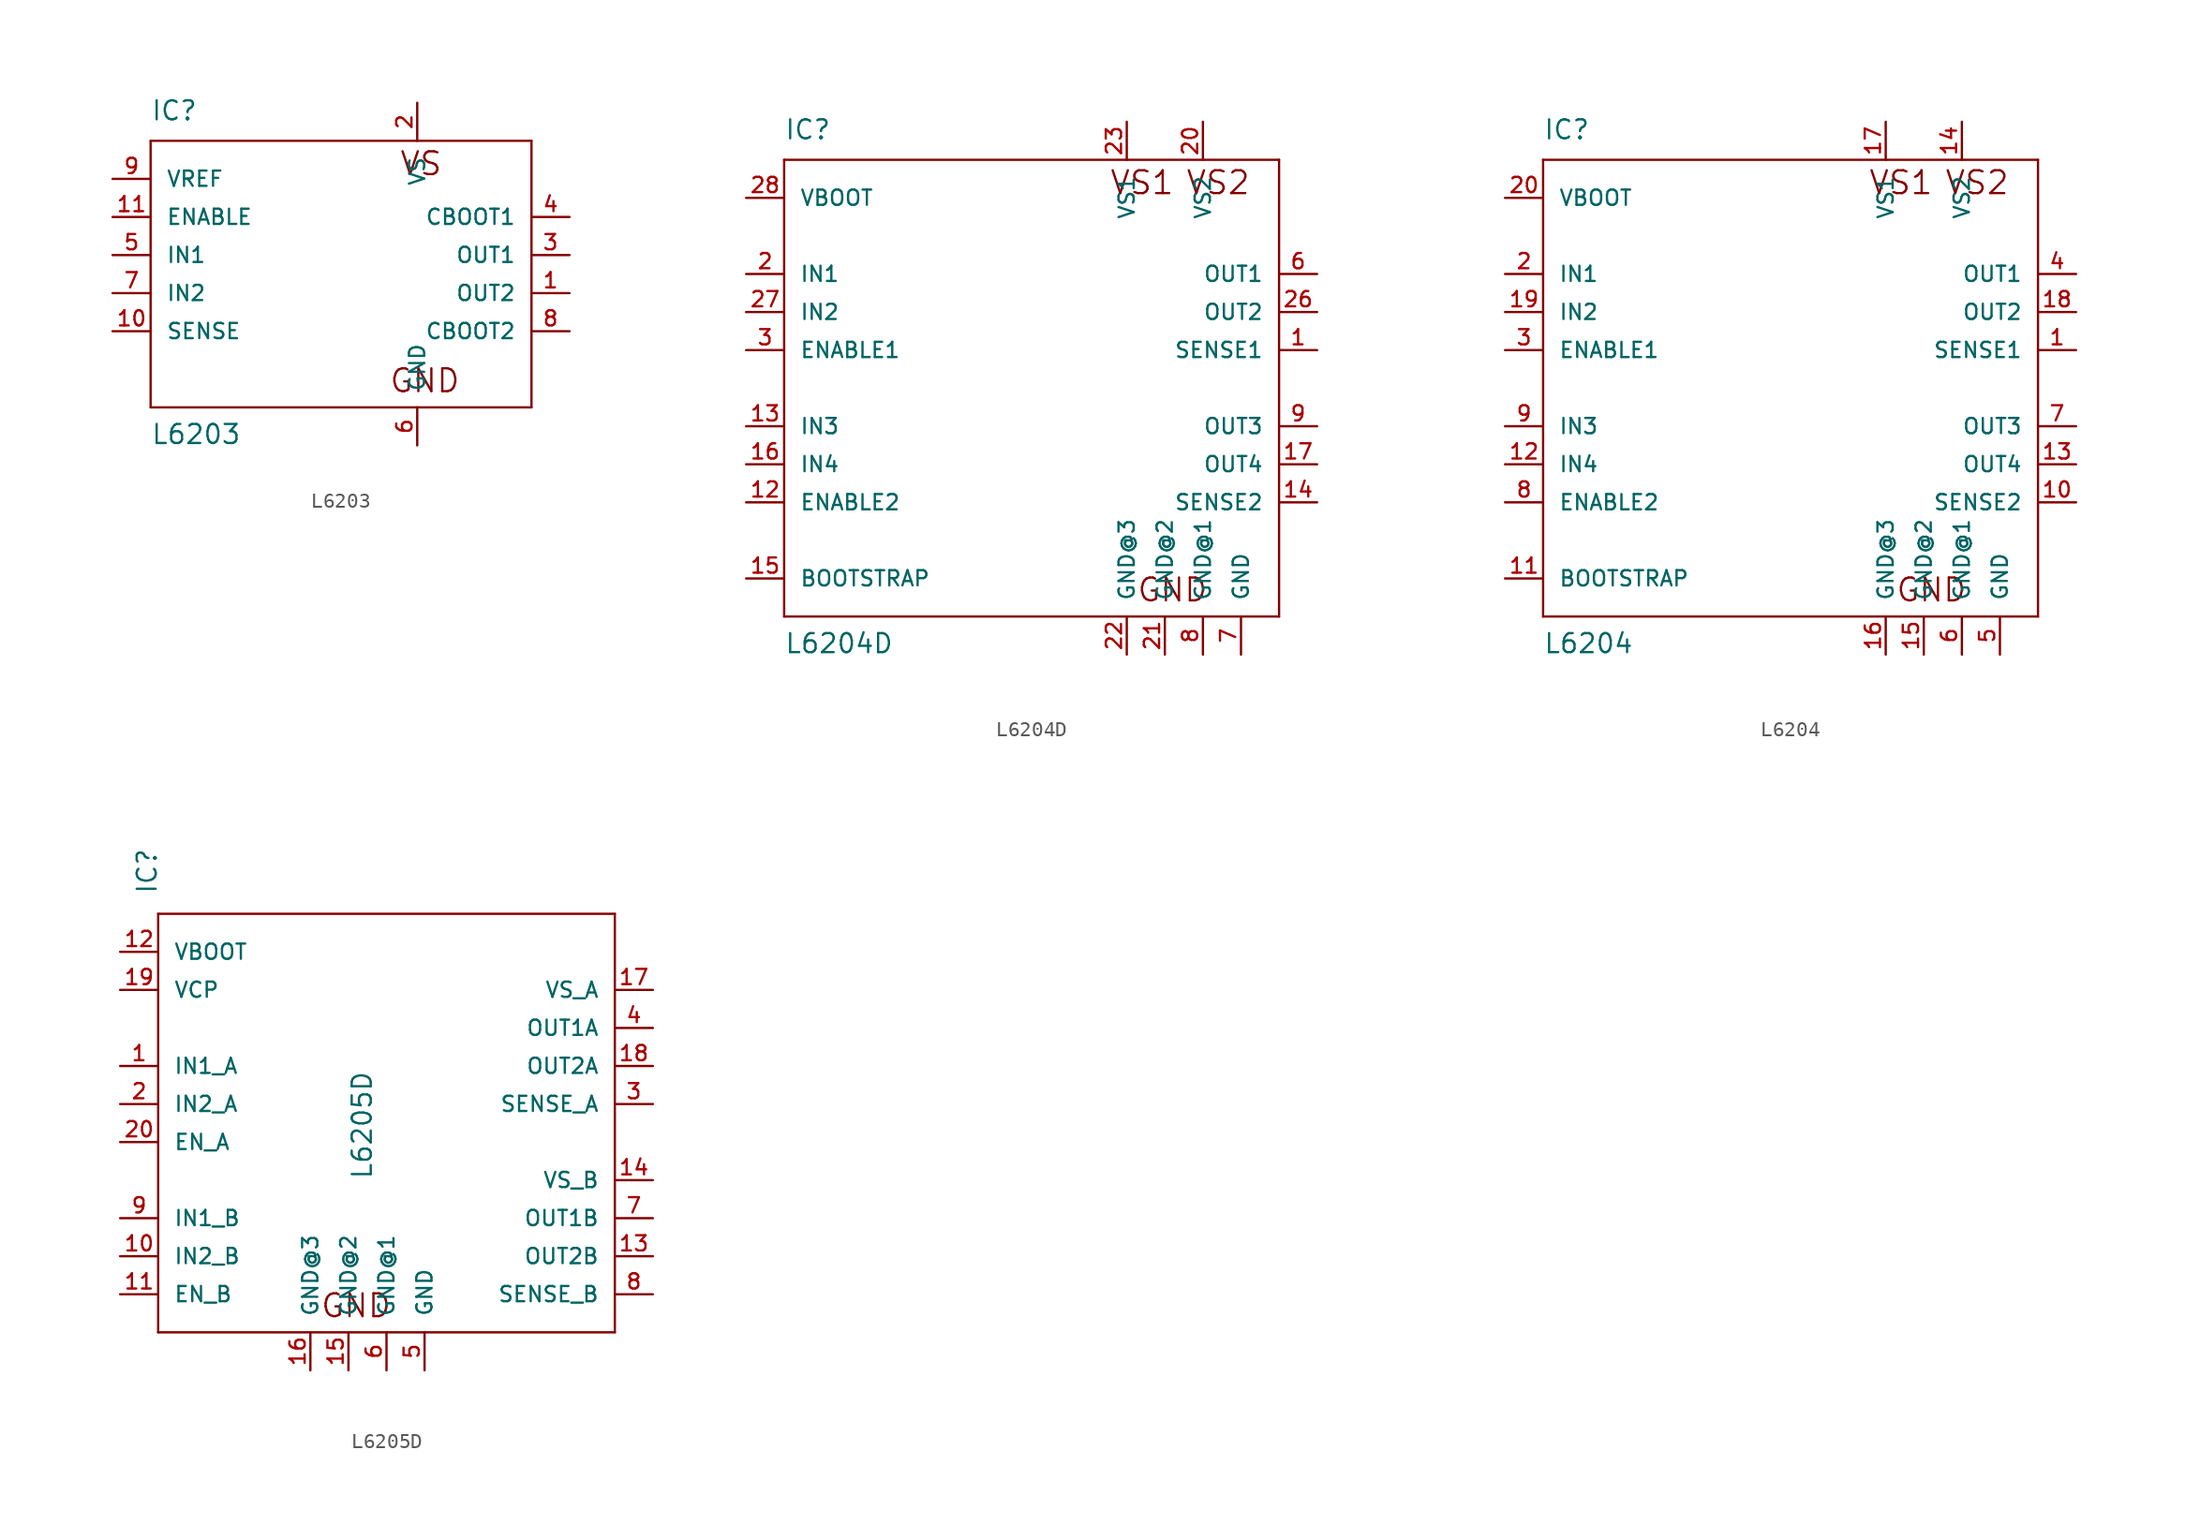
<source format=kicad_sym>
(kicad_symbol_lib
  (version 20211014)
  (generator kicad_symbol_editor)
  (symbol "L6203"
    (pin_names
      (offset 1.016))
    (property "Reference" "IC"
      (at -12.7 8.89 0)
      (effects (font (size 1.27 1.27)) (justify left bottom)))
    (property "Value" "L6203"
      (at -12.7 -12.7 0)
      (effects (font (size 1.27 1.27)) (justify left bottom)))
    (property "ki_locked" ""
      (at 0 0 0)
      (effects (font (size 1.27 1.27))))
    (symbol "L6203_1_0"
      (polyline (pts (xy -12.7 -10.16) (xy -12.7 7.62)) (stroke (width 0) (type default) (color 0 0 0 0)) (fill (type none)))
      (polyline (pts (xy -12.7 7.62) (xy 12.7 7.62)) (stroke (width 0) (type default) (color 0 0 0 0)) (fill (type none)))
      (polyline (pts (xy 12.7 -10.16) (xy -12.7 -10.16)) (stroke (width 0) (type default) (color 0 0 0 0)) (fill (type none)))
      (polyline (pts (xy 12.7 7.62) (xy 12.7 -10.16)) (stroke (width 0) (type default) (color 0 0 0 0)) (fill (type none)))
      (text "GND" (at 5.588 -8.382 0) (effects (font (size 1.524 1.524))))
      (text "VS" (at 5.334 6.096 0) (effects (font (size 1.524 1.524)))))
    (symbol "L6203_1_1"
      (pin output line (at 15.24 -2.54 180) (length 2.54) (name "OUT2" (effects (font (size 1.016 1.016)))) (number "1" (effects (font (size 1.016 1.016)))))
      (pin input line (at -15.24 -5.08 0) (length 2.54) (name "SENSE" (effects (font (size 1.016 1.016)))) (number "10" (effects (font (size 1.016 1.016)))))
      (pin input line (at -15.24 2.54 0) (length 2.54) (name "ENABLE" (effects (font (size 1.016 1.016)))) (number "11" (effects (font (size 1.016 1.016)))))
      (pin power_in line (at 5.08 10.16 270) (length 2.54) (name "VS" (effects (font (size 1.016 1.016)))) (number "2" (effects (font (size 1.016 1.016)))))
      (pin output line (at 15.24 0 180) (length 2.54) (name "OUT1" (effects (font (size 1.016 1.016)))) (number "3" (effects (font (size 1.016 1.016)))))
      (pin input line (at 15.24 2.54 180) (length 2.54) (name "CBOOT1" (effects (font (size 1.016 1.016)))) (number "4" (effects (font (size 1.016 1.016)))))
      (pin input line (at -15.24 0 0) (length 2.54) (name "IN1" (effects (font (size 1.016 1.016)))) (number "5" (effects (font (size 1.016 1.016)))))
      (pin power_in line (at 5.08 -12.7 90) (length 2.54) (name "GND" (effects (font (size 1.016 1.016)))) (number "6" (effects (font (size 1.016 1.016)))))
      (pin input line (at -15.24 -2.54 0) (length 2.54) (name "IN2" (effects (font (size 1.016 1.016)))) (number "7" (effects (font (size 1.016 1.016)))))
      (pin input line (at 15.24 -5.08 180) (length 2.54) (name "CBOOT2" (effects (font (size 1.016 1.016)))) (number "8" (effects (font (size 1.016 1.016)))))
      (pin input line (at -15.24 5.08 0) (length 2.54) (name "VREF" (effects (font (size 1.016 1.016)))) (number "9" (effects (font (size 1.016 1.016)))))))
  (symbol "L6204D"
    (pin_names
      (offset 1.016))
    (property "Reference" "IC"
      (at -15.24 16.51 0)
      (effects (font (size 1.27 1.27)) (justify left bottom)))
    (property "Value" "L6204D"
      (at -15.24 -17.78 0)
      (effects (font (size 1.27 1.27)) (justify left bottom)))
    (property "ki_locked" ""
      (at 0 0 0)
      (effects (font (size 1.27 1.27))))
    (symbol "L6204D_1_0"
      (polyline (pts (xy -15.24 -15.24) (xy -15.24 15.24)) (stroke (width 0) (type default) (color 0 0 0 0)) (fill (type none)))
      (polyline (pts (xy -15.24 15.24) (xy 17.78 15.24)) (stroke (width 0) (type default) (color 0 0 0 0)) (fill (type none)))
      (polyline (pts (xy 17.78 -15.24) (xy -15.24 -15.24)) (stroke (width 0) (type default) (color 0 0 0 0)) (fill (type none)))
      (polyline (pts (xy 17.78 15.24) (xy 17.78 -15.24)) (stroke (width 0) (type default) (color 0 0 0 0)) (fill (type none)))
      (text "GND" (at 10.668 -13.462 0) (effects (font (size 1.524 1.524))))
      (text "VS1" (at 8.636 13.716 0) (effects (font (size 1.524 1.524))))
      (text "VS2" (at 13.716 13.716 0) (effects (font (size 1.524 1.524)))))
    (symbol "L6204D_1_1"
      (pin input line (at 20.32 2.54 180) (length 2.54) (name "SENSE1" (effects (font (size 1.016 1.016)))) (number "1" (effects (font (size 1.016 1.016)))))
      (pin input line (at -17.78 -7.62 0) (length 2.54) (name "ENABLE2" (effects (font (size 1.016 1.016)))) (number "12" (effects (font (size 1.016 1.016)))))
      (pin input line (at -17.78 -2.54 0) (length 2.54) (name "IN3" (effects (font (size 1.016 1.016)))) (number "13" (effects (font (size 1.016 1.016)))))
      (pin input line (at 20.32 -7.62 180) (length 2.54) (name "SENSE2" (effects (font (size 1.016 1.016)))) (number "14" (effects (font (size 1.016 1.016)))))
      (pin input line (at -17.78 -12.7 0) (length 2.54) (name "BOOTSTRAP" (effects (font (size 1.016 1.016)))) (number "15" (effects (font (size 1.016 1.016)))))
      (pin input line (at -17.78 -5.08 0) (length 2.54) (name "IN4" (effects (font (size 1.016 1.016)))) (number "16" (effects (font (size 1.016 1.016)))))
      (pin output line (at 20.32 -5.08 180) (length 2.54) (name "OUT4" (effects (font (size 1.016 1.016)))) (number "17" (effects (font (size 1.016 1.016)))))
      (pin input line (at -17.78 7.62 0) (length 2.54) (name "IN1" (effects (font (size 1.016 1.016)))) (number "2" (effects (font (size 1.016 1.016)))))
      (pin power_in line (at 12.7 17.78 270) (length 2.54) (name "VS2" (effects (font (size 1.016 1.016)))) (number "20" (effects (font (size 1.016 1.016)))))
      (pin power_in line (at 10.16 -17.78 90) (length 2.54) (name "GND@2" (effects (font (size 1.016 1.016)))) (number "21" (effects (font (size 1.016 1.016)))))
      (pin power_in line (at 7.62 -17.78 90) (length 2.54) (name "GND@3" (effects (font (size 1.016 1.016)))) (number "22" (effects (font (size 1.016 1.016)))))
      (pin power_in line (at 7.62 17.78 270) (length 2.54) (name "VS1" (effects (font (size 1.016 1.016)))) (number "23" (effects (font (size 1.016 1.016)))))
      (pin output line (at 20.32 5.08 180) (length 2.54) (name "OUT2" (effects (font (size 1.016 1.016)))) (number "26" (effects (font (size 1.016 1.016)))))
      (pin input line (at -17.78 5.08 0) (length 2.54) (name "IN2" (effects (font (size 1.016 1.016)))) (number "27" (effects (font (size 1.016 1.016)))))
      (pin input line (at -17.78 12.7 0) (length 2.54) (name "VBOOT" (effects (font (size 1.016 1.016)))) (number "28" (effects (font (size 1.016 1.016)))))
      (pin input line (at -17.78 2.54 0) (length 2.54) (name "ENABLE1" (effects (font (size 1.016 1.016)))) (number "3" (effects (font (size 1.016 1.016)))))
      (pin output line (at 20.32 7.62 180) (length 2.54) (name "OUT1" (effects (font (size 1.016 1.016)))) (number "6" (effects (font (size 1.016 1.016)))))
      (pin power_in line (at 15.24 -17.78 90) (length 2.54) (name "GND" (effects (font (size 1.016 1.016)))) (number "7" (effects (font (size 1.016 1.016)))))
      (pin power_in line (at 12.7 -17.78 90) (length 2.54) (name "GND@1" (effects (font (size 1.016 1.016)))) (number "8" (effects (font (size 1.016 1.016)))))
      (pin output line (at 20.32 -2.54 180) (length 2.54) (name "OUT3" (effects (font (size 1.016 1.016)))) (number "9" (effects (font (size 1.016 1.016)))))))
  (symbol "L6204"
    (pin_names
      (offset 1.016))
    (property "Reference" "IC"
      (at -15.24 16.51 0)
      (effects (font (size 1.27 1.27)) (justify left bottom)))
    (property "Value" "L6204"
      (at -15.24 -17.78 0)
      (effects (font (size 1.27 1.27)) (justify left bottom)))
    (property "ki_locked" ""
      (at 0 0 0)
      (effects (font (size 1.27 1.27))))
    (symbol "L6204_1_0"
      (polyline (pts (xy -15.24 -15.24) (xy -15.24 15.24)) (stroke (width 0) (type default) (color 0 0 0 0)) (fill (type none)))
      (polyline (pts (xy -15.24 15.24) (xy 17.78 15.24)) (stroke (width 0) (type default) (color 0 0 0 0)) (fill (type none)))
      (polyline (pts (xy 17.78 -15.24) (xy -15.24 -15.24)) (stroke (width 0) (type default) (color 0 0 0 0)) (fill (type none)))
      (polyline (pts (xy 17.78 15.24) (xy 17.78 -15.24)) (stroke (width 0) (type default) (color 0 0 0 0)) (fill (type none)))
      (text "GND" (at 10.668 -13.462 0) (effects (font (size 1.524 1.524))))
      (text "VS1" (at 8.636 13.716 0) (effects (font (size 1.524 1.524))))
      (text "VS2" (at 13.716 13.716 0) (effects (font (size 1.524 1.524)))))
    (symbol "L6204_1_1"
      (pin input line (at 20.32 2.54 180) (length 2.54) (name "SENSE1" (effects (font (size 1.016 1.016)))) (number "1" (effects (font (size 1.016 1.016)))))
      (pin input line (at 20.32 -7.62 180) (length 2.54) (name "SENSE2" (effects (font (size 1.016 1.016)))) (number "10" (effects (font (size 1.016 1.016)))))
      (pin input line (at -17.78 -12.7 0) (length 2.54) (name "BOOTSTRAP" (effects (font (size 1.016 1.016)))) (number "11" (effects (font (size 1.016 1.016)))))
      (pin input line (at -17.78 -5.08 0) (length 2.54) (name "IN4" (effects (font (size 1.016 1.016)))) (number "12" (effects (font (size 1.016 1.016)))))
      (pin output line (at 20.32 -5.08 180) (length 2.54) (name "OUT4" (effects (font (size 1.016 1.016)))) (number "13" (effects (font (size 1.016 1.016)))))
      (pin power_in line (at 12.7 17.78 270) (length 2.54) (name "VS2" (effects (font (size 1.016 1.016)))) (number "14" (effects (font (size 1.016 1.016)))))
      (pin power_in line (at 10.16 -17.78 90) (length 2.54) (name "GND@2" (effects (font (size 1.016 1.016)))) (number "15" (effects (font (size 1.016 1.016)))))
      (pin power_in line (at 7.62 -17.78 90) (length 2.54) (name "GND@3" (effects (font (size 1.016 1.016)))) (number "16" (effects (font (size 1.016 1.016)))))
      (pin power_in line (at 7.62 17.78 270) (length 2.54) (name "VS1" (effects (font (size 1.016 1.016)))) (number "17" (effects (font (size 1.016 1.016)))))
      (pin output line (at 20.32 5.08 180) (length 2.54) (name "OUT2" (effects (font (size 1.016 1.016)))) (number "18" (effects (font (size 1.016 1.016)))))
      (pin input line (at -17.78 5.08 0) (length 2.54) (name "IN2" (effects (font (size 1.016 1.016)))) (number "19" (effects (font (size 1.016 1.016)))))
      (pin input line (at -17.78 7.62 0) (length 2.54) (name "IN1" (effects (font (size 1.016 1.016)))) (number "2" (effects (font (size 1.016 1.016)))))
      (pin input line (at -17.78 12.7 0) (length 2.54) (name "VBOOT" (effects (font (size 1.016 1.016)))) (number "20" (effects (font (size 1.016 1.016)))))
      (pin input line (at -17.78 2.54 0) (length 2.54) (name "ENABLE1" (effects (font (size 1.016 1.016)))) (number "3" (effects (font (size 1.016 1.016)))))
      (pin output line (at 20.32 7.62 180) (length 2.54) (name "OUT1" (effects (font (size 1.016 1.016)))) (number "4" (effects (font (size 1.016 1.016)))))
      (pin power_in line (at 15.24 -17.78 90) (length 2.54) (name "GND" (effects (font (size 1.016 1.016)))) (number "5" (effects (font (size 1.016 1.016)))))
      (pin power_in line (at 12.7 -17.78 90) (length 2.54) (name "GND@1" (effects (font (size 1.016 1.016)))) (number "6" (effects (font (size 1.016 1.016)))))
      (pin output line (at 20.32 -2.54 180) (length 2.54) (name "OUT3" (effects (font (size 1.016 1.016)))) (number "7" (effects (font (size 1.016 1.016)))))
      (pin input line (at -17.78 -7.62 0) (length 2.54) (name "ENABLE2" (effects (font (size 1.016 1.016)))) (number "8" (effects (font (size 1.016 1.016)))))
      (pin input line (at -17.78 -2.54 0) (length 2.54) (name "IN3" (effects (font (size 1.016 1.016)))) (number "9" (effects (font (size 1.016 1.016)))))))
  (symbol "L6205D"
    (pin_names
      (offset 1.016))
    (property "Reference" "IC"
      (at -15.24 13.97 90)
      (effects (font (size 1.27 1.27)) (justify left bottom)))
    (property "Value" "L6205D"
      (at -0.889 -5.08 90)
      (effects (font (size 1.27 1.27)) (justify left bottom)))
    (property "ki_locked" ""
      (at 0 0 0)
      (effects (font (size 1.27 1.27))))
    (symbol "L6205D_1_0"
      (polyline (pts (xy -15.24 -15.24) (xy -15.24 12.7)) (stroke (width 0) (type default) (color 0 0 0 0)) (fill (type none)))
      (polyline (pts (xy -15.24 12.7) (xy 15.24 12.7)) (stroke (width 0) (type default) (color 0 0 0 0)) (fill (type none)))
      (polyline (pts (xy 15.24 -15.24) (xy -15.24 -15.24)) (stroke (width 0) (type default) (color 0 0 0 0)) (fill (type none)))
      (polyline (pts (xy 15.24 12.7) (xy 15.24 -15.24)) (stroke (width 0) (type default) (color 0 0 0 0)) (fill (type none)))
      (text "GND" (at -2.032 -13.462 0) (effects (font (size 1.524 1.524)))))
    (symbol "L6205D_1_1"
      (pin input line (at -17.78 2.54 0) (length 2.54) (name "IN1_A" (effects (font (size 1.016 1.016)))) (number "1" (effects (font (size 1.016 1.016)))))
      (pin input line (at -17.78 -10.16 0) (length 2.54) (name "IN2_B" (effects (font (size 1.016 1.016)))) (number "10" (effects (font (size 1.016 1.016)))))
      (pin input line (at -17.78 -12.7 0) (length 2.54) (name "EN_B" (effects (font (size 1.016 1.016)))) (number "11" (effects (font (size 1.016 1.016)))))
      (pin power_in line (at -17.78 10.16 0) (length 2.54) (name "VBOOT" (effects (font (size 1.016 1.016)))) (number "12" (effects (font (size 1.016 1.016)))))
      (pin output line (at 17.78 -10.16 180) (length 2.54) (name "OUT2B" (effects (font (size 1.016 1.016)))) (number "13" (effects (font (size 1.016 1.016)))))
      (pin power_in line (at 17.78 -5.08 180) (length 2.54) (name "VS_B" (effects (font (size 1.016 1.016)))) (number "14" (effects (font (size 1.016 1.016)))))
      (pin power_in line (at -2.54 -17.78 90) (length 2.54) (name "GND@2" (effects (font (size 1.016 1.016)))) (number "15" (effects (font (size 1.016 1.016)))))
      (pin power_in line (at -5.08 -17.78 90) (length 2.54) (name "GND@3" (effects (font (size 1.016 1.016)))) (number "16" (effects (font (size 1.016 1.016)))))
      (pin power_in line (at 17.78 7.62 180) (length 2.54) (name "VS_A" (effects (font (size 1.016 1.016)))) (number "17" (effects (font (size 1.016 1.016)))))
      (pin output line (at 17.78 2.54 180) (length 2.54) (name "OUT2A" (effects (font (size 1.016 1.016)))) (number "18" (effects (font (size 1.016 1.016)))))
      (pin power_in line (at -17.78 7.62 0) (length 2.54) (name "VCP" (effects (font (size 1.016 1.016)))) (number "19" (effects (font (size 1.016 1.016)))))
      (pin input line (at -17.78 0 0) (length 2.54) (name "IN2_A" (effects (font (size 1.016 1.016)))) (number "2" (effects (font (size 1.016 1.016)))))
      (pin input line (at -17.78 -2.54 0) (length 2.54) (name "EN_A" (effects (font (size 1.016 1.016)))) (number "20" (effects (font (size 1.016 1.016)))))
      (pin input line (at 17.78 0 180) (length 2.54) (name "SENSE_A" (effects (font (size 1.016 1.016)))) (number "3" (effects (font (size 1.016 1.016)))))
      (pin output line (at 17.78 5.08 180) (length 2.54) (name "OUT1A" (effects (font (size 1.016 1.016)))) (number "4" (effects (font (size 1.016 1.016)))))
      (pin power_in line (at 2.54 -17.78 90) (length 2.54) (name "GND" (effects (font (size 1.016 1.016)))) (number "5" (effects (font (size 1.016 1.016)))))
      (pin power_in line (at 0 -17.78 90) (length 2.54) (name "GND@1" (effects (font (size 1.016 1.016)))) (number "6" (effects (font (size 1.016 1.016)))))
      (pin output line (at 17.78 -7.62 180) (length 2.54) (name "OUT1B" (effects (font (size 1.016 1.016)))) (number "7" (effects (font (size 1.016 1.016)))))
      (pin input line (at 17.78 -12.7 180) (length 2.54) (name "SENSE_B" (effects (font (size 1.016 1.016)))) (number "8" (effects (font (size 1.016 1.016)))))
      (pin input line (at -17.78 -7.62 0) (length 2.54) (name "IN1_B" (effects (font (size 1.016 1.016)))) (number "9" (effects (font (size 1.016 1.016))))))))
</source>
